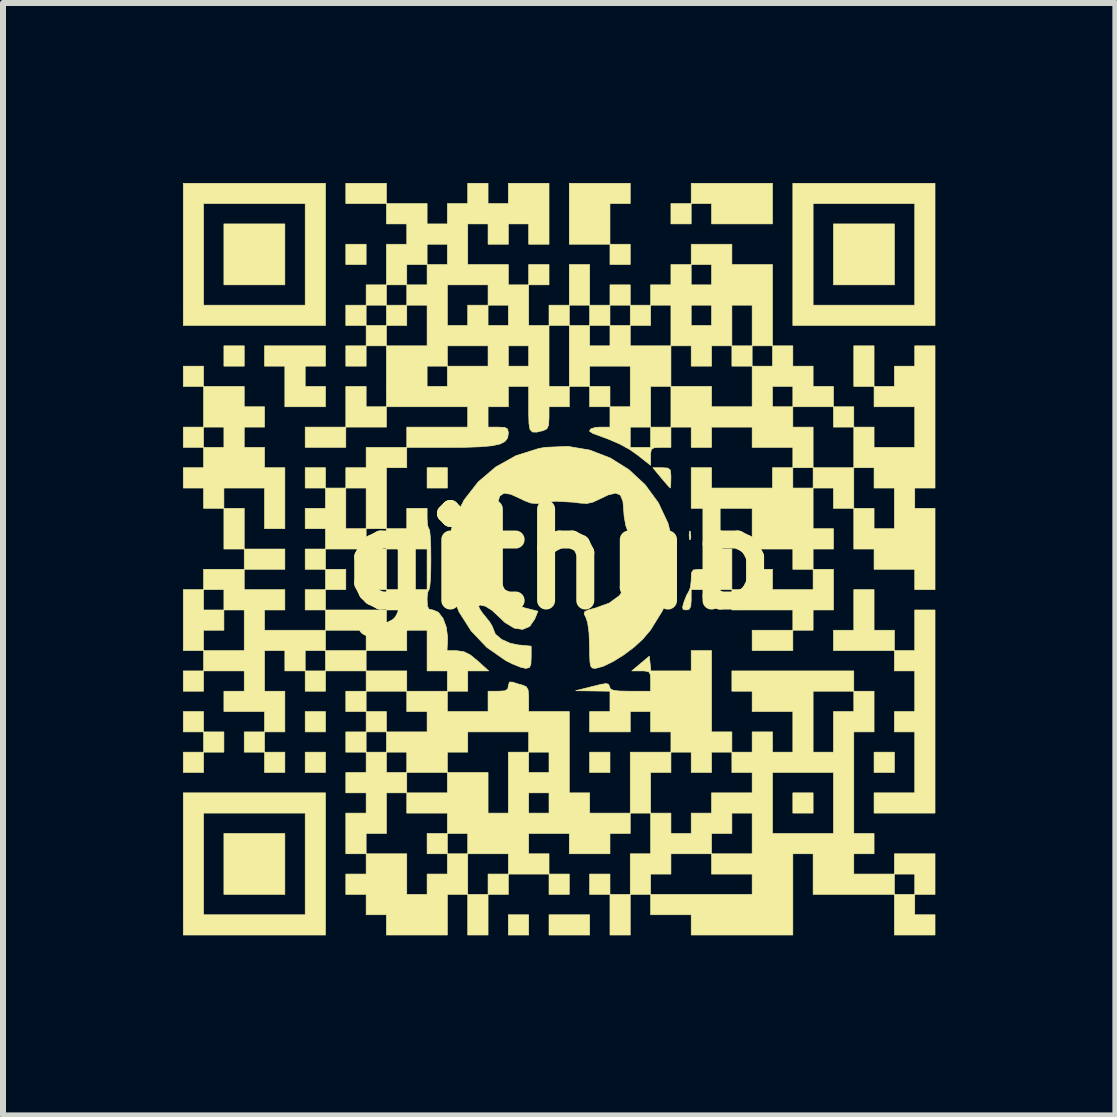
<source format=kicad_pcb>
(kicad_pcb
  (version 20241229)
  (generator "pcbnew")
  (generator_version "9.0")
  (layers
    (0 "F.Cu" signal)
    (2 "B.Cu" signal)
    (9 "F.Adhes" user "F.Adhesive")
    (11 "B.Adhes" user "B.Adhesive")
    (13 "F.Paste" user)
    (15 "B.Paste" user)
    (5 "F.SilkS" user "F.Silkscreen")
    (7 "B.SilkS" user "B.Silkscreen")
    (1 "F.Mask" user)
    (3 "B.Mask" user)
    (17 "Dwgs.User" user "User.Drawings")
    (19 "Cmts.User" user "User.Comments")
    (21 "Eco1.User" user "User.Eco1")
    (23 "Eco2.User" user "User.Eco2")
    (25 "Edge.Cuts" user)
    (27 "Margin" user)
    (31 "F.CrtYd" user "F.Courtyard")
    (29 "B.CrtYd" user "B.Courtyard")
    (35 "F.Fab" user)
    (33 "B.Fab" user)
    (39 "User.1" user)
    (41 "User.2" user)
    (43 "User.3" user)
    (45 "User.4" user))
  (footprint "github"
    (layer "F.Cu")
    (at 6.27 6.27)
    (property "Reference" "github" (at 0 0 0) (layer "F.SilkS") (effects (font (size 1.524 1.524) (thickness 0.3))))
    (attr through_hole)
    (fp_poly (pts (xy -5.927 -2.879) (xy -6.265 -2.879) (xy -6.265 -3.217) (xy -5.927 -3.217) (xy -5.927 -2.879)) (stroke (width 0.01) (type solid)) (fill yes) (layer "F.SilkS"))
    (fp_poly (pts (xy -5.927 2.201) (xy -6.265 2.201) (xy -6.265 1.863) (xy -5.927 1.863) (xy -5.927 2.201)) (stroke (width 0.01) (type solid)) (fill yes) (layer "F.SilkS"))
    (fp_poly (pts (xy -5.927 2.879) (xy -6.265 2.879) (xy -6.265 2.54) (xy -5.927 2.54) (xy -5.927 2.879)) (stroke (width 0.01) (type solid)) (fill yes) (layer "F.SilkS"))
    (fp_poly (pts (xy -5.927 3.556) (xy -6.265 3.556) (xy -6.265 3.217) (xy -5.927 3.217) (xy -5.927 3.556)) (stroke (width 0.01) (type solid)) (fill yes) (layer "F.SilkS"))
    (fp_poly (pts (xy -5.588 3.217) (xy -5.927 3.217) (xy -5.927 2.879) (xy -5.588 2.879) (xy -5.588 3.217)) (stroke (width 0.01) (type solid)) (fill yes) (layer "F.SilkS"))
    (fp_poly (pts (xy -5.249 -3.217) (xy -5.588 -3.217) (xy -5.588 -3.556) (xy -5.249 -3.556) (xy -5.249 -3.217)) (stroke (width 0.01) (type solid)) (fill yes) (layer "F.SilkS"))
    (fp_poly (pts (xy -5.249 -0.169) (xy -5.588 -0.169) (xy -5.588 -0.847) (xy -5.249 -0.847) (xy -5.249 -0.169)) (stroke (width 0.01) (type solid)) (fill yes) (layer "F.SilkS"))
    (fp_poly (pts (xy -4.911 3.217) (xy -5.249 3.217) (xy -5.249 2.879) (xy -4.911 2.879) (xy -4.911 3.217)) (stroke (width 0.01) (type solid)) (fill yes) (layer "F.SilkS"))
    (fp_poly (pts (xy -4.572 -4.572) (xy -5.588 -4.572) (xy -5.588 -5.588) (xy -4.572 -5.588) (xy -4.572 -4.572)) (stroke (width 0.01) (type solid)) (fill yes) (layer "F.SilkS"))
    (fp_poly (pts (xy -4.572 0.169) (xy -5.249 0.169) (xy -5.249 -0.169) (xy -4.572 -0.169) (xy -4.572 0.169)) (stroke (width 0.01) (type solid)) (fill yes) (layer "F.SilkS"))
    (fp_poly (pts (xy -4.572 3.556) (xy -4.911 3.556) (xy -4.911 3.217) (xy -4.572 3.217) (xy -4.572 3.556)) (stroke (width 0.01) (type solid)) (fill yes) (layer "F.SilkS"))
    (fp_poly (pts (xy -4.572 5.588) (xy -5.588 5.588) (xy -5.588 4.572) (xy -4.572 4.572) (xy -4.572 5.588)) (stroke (width 0.01) (type solid)) (fill yes) (layer "F.SilkS"))
    (fp_poly (pts (xy -3.895 -1.185) (xy -4.233 -1.185) (xy -4.233 -1.524) (xy -3.895 -1.524) (xy -3.895 -1.185)) (stroke (width 0.01) (type solid)) (fill yes) (layer "F.SilkS"))
    (fp_poly (pts (xy -3.895 2.879) (xy -4.233 2.879) (xy -4.233 2.54) (xy -3.895 2.54) (xy -3.895 2.879)) (stroke (width 0.01) (type solid)) (fill yes) (layer "F.SilkS"))
    (fp_poly (pts (xy -3.895 3.556) (xy -4.233 3.556) (xy -4.233 3.217) (xy -3.895 3.217) (xy -3.895 3.556)) (stroke (width 0.01) (type solid)) (fill yes) (layer "F.SilkS"))
    (fp_poly (pts (xy -3.556 -1.863) (xy -4.233 -1.863) (xy -4.233 -2.201) (xy -3.556 -2.201) (xy -3.556 -1.863)) (stroke (width 0.01) (type solid)) (fill yes) (layer "F.SilkS"))
    (fp_poly (pts (xy -3.217 -4.911) (xy -3.556 -4.911) (xy -3.556 -5.249) (xy -3.217 -5.249) (xy -3.217 -4.911)) (stroke (width 0.01) (type solid)) (fill yes) (layer "F.SilkS"))
    (fp_poly (pts (xy -3.217 -3.217) (xy -3.556 -3.217) (xy -3.556 -3.556) (xy -3.217 -3.556) (xy -3.217 -3.217)) (stroke (width 0.01) (type solid)) (fill yes) (layer "F.SilkS"))
    (fp_poly (pts (xy -2.879 -5.927) (xy -3.556 -5.927) (xy -3.556 -6.265) (xy -2.879 -6.265) (xy -2.879 -5.927)) (stroke (width 0.01) (type solid)) (fill yes) (layer "F.SilkS"))
    (fp_poly (pts (xy -2.879 0.508) (xy -3.217 0.508) (xy -3.217 -0.169) (xy -2.879 -0.169) (xy -2.879 0.508)) (stroke (width 0.01) (type solid)) (fill yes) (layer "F.SilkS"))
    (fp_poly (pts (xy -2.54 -3.895) (xy -2.879 -3.895) (xy -2.879 -4.233) (xy -2.54 -4.233) (xy -2.54 -3.895)) (stroke (width 0.01) (type solid)) (fill yes) (layer "F.SilkS"))
    (fp_poly (pts (xy -1.863 -1.185) (xy -2.201 -1.185) (xy -2.201 -1.524) (xy -1.863 -1.524) (xy -1.863 -1.185)) (stroke (width 0.01) (type solid)) (fill yes) (layer "F.SilkS"))
    (fp_poly (pts (xy -1.863 4.911) (xy -2.201 4.911) (xy -2.201 4.572) (xy -1.863 4.572) (xy -1.863 4.911)) (stroke (width 0.01) (type solid)) (fill yes) (layer "F.SilkS"))
    (fp_poly (pts (xy -0.508 6.265) (xy -0.847 6.265) (xy -0.847 5.927) (xy -0.508 5.927) (xy -0.508 6.265)) (stroke (width 0.01) (type solid)) (fill yes) (layer "F.SilkS"))
    (fp_poly (pts (xy -0.169 -4.572) (xy -0.508 -4.572) (xy -0.508 -4.911) (xy -0.169 -4.911) (xy -0.169 -4.572)) (stroke (width 0.01) (type solid)) (fill yes) (layer "F.SilkS"))
    (fp_poly (pts (xy 0.169 5.588) (xy -0.169 5.588) (xy -0.169 5.249) (xy 0.169 5.249) (xy 0.169 5.588)) (stroke (width 0.01) (type solid)) (fill yes) (layer "F.SilkS"))
    (fp_poly (pts (xy 0.508 6.265) (xy -0.169 6.265) (xy -0.169 5.927) (xy 0.508 5.927) (xy 0.508 6.265)) (stroke (width 0.01) (type solid)) (fill yes) (layer "F.SilkS"))
    (fp_poly (pts (xy 0.847 3.556) (xy 0.508 3.556) (xy 0.508 3.217) (xy 0.847 3.217) (xy 0.847 3.556)) (stroke (width 0.01) (type solid)) (fill yes) (layer "F.SilkS"))
    (fp_poly (pts (xy 0.847 5.588) (xy 0.508 5.588) (xy 0.508 5.249) (xy 0.847 5.249) (xy 0.847 5.588)) (stroke (width 0.01) (type solid)) (fill yes) (layer "F.SilkS"))
    (fp_poly (pts (xy 1.185 -4.911) (xy 0.847 -4.911) (xy 0.847 -5.249) (xy 1.185 -5.249) (xy 1.185 -4.911)) (stroke (width 0.01) (type solid)) (fill yes) (layer "F.SilkS"))
    (fp_poly (pts (xy 1.185 6.265) (xy 0.847 6.265) (xy 0.847 5.588) (xy 1.185 5.588) (xy 1.185 6.265)) (stroke (width 0.01) (type solid)) (fill yes) (layer "F.SilkS"))
    (fp_poly (pts (xy 2.201 -5.588) (xy 1.863 -5.588) (xy 1.863 -5.927) (xy 2.201 -5.927) (xy 2.201 -5.588)) (stroke (width 0.01) (type solid)) (fill yes) (layer "F.SilkS"))
    (fp_poly (pts (xy 3.217 -3.217) (xy 2.879 -3.217) (xy 2.879 -3.556) (xy 3.217 -3.556) (xy 3.217 -3.217)) (stroke (width 0.01) (type solid)) (fill yes) (layer "F.SilkS"))
    (fp_poly (pts (xy 3.895 1.524) (xy 3.217 1.524) (xy 3.217 1.185) (xy 3.895 1.185) (xy 3.895 1.524)) (stroke (width 0.01) (type solid)) (fill yes) (layer "F.SilkS"))
    (fp_poly (pts (xy 4.233 4.233) (xy 3.895 4.233) (xy 3.895 3.895) (xy 4.233 3.895) (xy 4.233 4.233)) (stroke (width 0.01) (type solid)) (fill yes) (layer "F.SilkS"))
    (fp_poly (pts (xy 5.249 -2.879) (xy 4.911 -2.879) (xy 4.911 -3.556) (xy 5.249 -3.556) (xy 5.249 -2.879)) (stroke (width 0.01) (type solid)) (fill yes) (layer "F.SilkS"))
    (fp_poly (pts (xy 5.588 -4.572) (xy 4.572 -4.572) (xy 4.572 -5.588) (xy 5.588 -5.588) (xy 5.588 -4.572)) (stroke (width 0.01) (type solid)) (fill yes) (layer "F.SilkS"))
    (fp_poly (pts (xy 5.588 3.556) (xy 5.249 3.556) (xy 5.249 3.217) (xy 5.588 3.217) (xy 5.588 3.556)) (stroke (width 0.01) (type solid)) (fill yes) (layer "F.SilkS"))
    (fp_poly (pts (xy -3.217 -2.54) (xy -2.879 -2.54) (xy -2.879 -2.201) (xy -3.556 -2.201) (xy -3.556 -2.879) (xy -3.217 -2.879) (xy -3.217 -2.54)) (stroke (width 0.01) (type solid)) (fill yes) (layer "F.SilkS"))
    (fp_poly (pts (xy 1.185 -5.927) (xy 0.847 -5.927) (xy 0.847 -5.249) (xy 0.169 -5.249) (xy 0.169 -6.265) (xy 1.185 -6.265) (xy 1.185 -5.927)) (stroke (width 0.01) (type solid)) (fill yes) (layer "F.SilkS"))
    (fp_poly (pts (xy 2.201 -6.265) (xy 3.556 -6.265) (xy 3.556 -5.588) (xy 2.54 -5.588) (xy 2.54 -5.927) (xy 2.201 -5.927) (xy 2.201 -6.265)) (stroke (width 0.01) (type solid)) (fill yes) (layer "F.SilkS"))
    (fp_poly (pts (xy 2.186 -0.462) (xy 2.188 -0.454) (xy 2.195 -0.362) (xy 2.187 -0.327) (xy 2.173 -0.326) (xy 2.167 -0.392) (xy 2.167 -0.402) (xy 2.173 -0.468) (xy 2.186 -0.462)) (stroke (width 0.01) (type solid)) (fill yes) (layer "F.SilkS"))
    (fp_poly (pts (xy 5.249 1.185) (xy 5.588 1.185) (xy 5.588 1.524) (xy 4.572 1.524) (xy 4.572 1.185) (xy 4.911 1.185) (xy 4.911 0.508) (xy 5.249 0.508) (xy 5.249 1.185)) (stroke (width 0.01) (type solid)) (fill yes) (layer "F.SilkS"))
    (fp_poly (pts (xy -3.895 -3.217) (xy -4.233 -3.217) (xy -4.233 -2.879) (xy -3.895 -2.879) (xy -3.895 -2.54) (xy -4.572 -2.54) (xy -4.572 -3.217) (xy -4.911 -3.217) (xy -4.911 -3.556) (xy -3.895 -3.556) (xy -3.895 -3.217)) (stroke (width 0.01) (type solid)) (fill yes) (layer "F.SilkS"))
    (fp_poly (pts (xy -3.895 -3.895) (xy -6.265 -3.895) (xy -6.265 -5.927) (xy -5.927 -5.927) (xy -5.927 -4.233) (xy -4.233 -4.233) (xy -4.233 -5.927) (xy -5.927 -5.927) (xy -6.265 -5.927) (xy -6.265 -6.265) (xy -3.895 -6.265) (xy -3.895 -3.895)) (stroke (width 0.01) (type solid)) (fill yes) (layer "F.SilkS"))
    (fp_poly (pts (xy -3.895 6.265) (xy -6.265 6.265) (xy -6.265 4.233) (xy -5.927 4.233) (xy -5.927 5.927) (xy -4.233 5.927) (xy -4.233 4.233) (xy -5.927 4.233) (xy -6.265 4.233) (xy -6.265 3.895) (xy -3.895 3.895) (xy -3.895 6.265)) (stroke (width 0.01) (type solid)) (fill yes) (layer "F.SilkS"))
    (fp_poly (pts (xy 6.265 -3.895) (xy 3.895 -3.895) (xy 3.895 -5.927) (xy 4.233 -5.927) (xy 4.233 -4.233) (xy 5.927 -4.233) (xy 5.927 -5.927) (xy 4.233 -5.927) (xy 3.895 -5.927) (xy 3.895 -6.265) (xy 6.265 -6.265) (xy 6.265 -3.895)) (stroke (width 0.01) (type solid)) (fill yes) (layer "F.SilkS"))
    (fp_poly (pts (xy 1.808 -1.519) (xy 1.851 -1.488) (xy 1.862 -1.406) (xy 1.863 -1.355) (xy 1.86 -1.249) (xy 1.854 -1.19) (xy 1.852 -1.186) (xy 1.822 -1.216) (xy 1.755 -1.292) (xy 1.702 -1.355) (xy 1.562 -1.524) (xy 1.712 -1.524) (xy 1.808 -1.519)) (stroke (width 0.01) (type solid)) (fill yes) (layer "F.SilkS"))
    (fp_poly (pts (xy 3.556 0.508) (xy 4.233 0.508) (xy 4.233 0.169) (xy 4.572 0.169) (xy 4.572 0.847) (xy 4.233 0.847) (xy 4.233 1.185) (xy 3.895 1.185) (xy 3.895 0.847) (xy 2.879 0.847) (xy 2.879 0.508) (xy 3.217 0.508) (xy 3.217 0.169) (xy 3.556 0.169) (xy 3.556 0.508)) (stroke (width 0.01) (type solid)) (fill yes) (layer "F.SilkS"))
    (fp_poly (pts (xy 6.265 4.233) (xy 5.249 4.233) (xy 5.249 3.895) (xy 5.927 3.895) (xy 5.927 2.879) (xy 5.588 2.879) (xy 5.588 2.54) (xy 5.927 2.54) (xy 5.927 1.863) (xy 5.588 1.863) (xy 5.588 1.524) (xy 5.927 1.524) (xy 5.927 0.847) (xy 6.265 0.847) (xy 6.265 4.233)) (stroke (width 0.01) (type solid)) (fill yes) (layer "F.SilkS"))
    (fp_poly (pts (xy 2.879 0.508) (xy 2.201 0.508) (xy 2.201 0.677) (xy 2.194 0.788) (xy 2.165 0.837) (xy 2.119 0.847) (xy 2.066 0.838) (xy 2.058 0.796) (xy 2.082 0.709) (xy 2.124 0.603) (xy 2.163 0.534) (xy 2.165 0.531) (xy 2.189 0.465) (xy 2.201 0.355) (xy 2.201 0.33) (xy 2.206 0.227) (xy 2.235 0.181) (xy 2.315 0.17) (xy 2.371 0.169) (xy 2.54 0.169) (xy 2.54 -0.169) (xy 2.879 -0.169) (xy 2.879 0.508)) (stroke (width 0.01) (type solid)) (fill yes) (layer "F.SilkS"))
    (fp_poly (pts (xy -5.249 -2.54) (xy -4.911 -2.54) (xy -4.911 -2.201) (xy -5.249 -2.201) (xy -5.249 -1.863) (xy -4.911 -1.863) (xy -4.911 -1.524) (xy -4.572 -1.524) (xy -4.572 -0.508) (xy -4.911 -0.508) (xy -4.911 -1.185) (xy -5.588 -1.185) (xy -5.588 -0.847) (xy -5.927 -0.847) (xy -5.927 -1.185) (xy -6.265 -1.185) (xy -6.265 -1.524) (xy -5.927 -1.524) (xy -5.927 -1.863) (xy -6.265 -1.863) (xy -6.265 -2.201) (xy -5.927 -2.201) (xy -5.927 -1.863) (xy -5.588 -1.863) (xy -5.588 -2.201) (xy -5.927 -2.201) (xy -5.927 -2.879) (xy -5.249 -2.879) (xy -5.249 -2.54)) (stroke (width 0.01) (type solid)) (fill yes) (layer "F.SilkS"))
    (fp_poly (pts (xy 0.511 -1.818) (xy 0.853 -1.686) (xy 1.164 -1.491) (xy 1.434 -1.24) (xy 1.654 -0.939) (xy 1.815 -0.597) (xy 1.902 -0.253) (xy 1.92 0.121) (xy 1.859 0.495) (xy 1.725 0.854) (xy 1.523 1.181) (xy 1.398 1.329) (xy 1.249 1.466) (xy 1.075 1.597) (xy 0.896 1.708) (xy 0.733 1.787) (xy 0.608 1.82) (xy 0.597 1.82) (xy 0.554 1.815) (xy 0.528 1.787) (xy 0.514 1.72) (xy 0.508 1.599) (xy 0.506 1.45) (xy 0.498 1.227) (xy 0.475 1.06) (xy 0.447 0.975) (xy 0.417 0.913) (xy 0.426 0.875) (xy 0.489 0.846) (xy 0.601 0.816) (xy 0.834 0.732) (xy 1.003 0.609) (xy 1.126 0.435) (xy 1.139 0.41) (xy 1.202 0.218) (xy 1.228 -0.004) (xy 1.217 -0.223) (xy 1.169 -0.405) (xy 1.155 -0.436) (xy 1.11 -0.562) (xy 1.082 -0.721) (xy 1.078 -0.785) (xy 1.063 -0.964) (xy 1.021 -1.067) (xy 0.942 -1.101) (xy 0.816 -1.07) (xy 0.678 -1.004) (xy 0.562 -0.95) (xy 0.462 -0.928) (xy 0.341 -0.935) (xy 0.251 -0.948) (xy -0.056 -0.966) (xy -0.222 -0.948) (xy -0.367 -0.927) (xy -0.473 -0.935) (xy -0.581 -0.976) (xy -0.634 -1.003) (xy -0.804 -1.081) (xy -0.919 -1.1) (xy -0.99 -1.052) (xy -1.026 -0.934) (xy -1.037 -0.785) (xy -1.056 -0.621) (xy -1.096 -0.462) (xy -1.114 -0.414) (xy -1.172 -0.204) (xy -1.183 0.039) (xy -1.146 0.276) (xy -1.097 0.41) (xy -0.977 0.592) (xy -0.812 0.721) (xy -0.586 0.809) (xy -0.562 0.815) (xy -0.354 0.868) (xy -0.408 1.001) (xy -0.492 1.122) (xy -0.61 1.171) (xy -0.75 1.149) (xy -0.904 1.056) (xy -1.003 0.961) (xy -1.119 0.853) (xy -1.229 0.784) (xy -1.314 0.765) (xy -1.342 0.778) (xy -1.331 0.82) (xy -1.276 0.902) (xy -1.233 0.953) (xy -1.154 1.053) (xy -1.107 1.135) (xy -1.101 1.158) (xy -1.062 1.251) (xy -0.96 1.337) (xy -0.816 1.402) (xy -0.679 1.43) (xy -0.466 1.45) (xy -0.466 1.635) (xy -0.471 1.751) (xy -0.494 1.805) (xy -0.547 1.819) (xy -0.561 1.82) (xy -0.648 1.799) (xy -0.776 1.747) (xy -0.889 1.691) (xy -1.204 1.472) (xy -1.466 1.197) (xy -1.669 0.878) (xy -1.808 0.527) (xy -1.875 0.157) (xy -1.865 -0.218) (xy -1.86 -0.253) (xy -1.759 -0.637) (xy -1.586 -0.984) (xy -1.35 -1.287) (xy -1.058 -1.536) (xy -0.72 -1.725) (xy -0.342 -1.844) (xy -0.23 -1.864) (xy 0.147 -1.88) (xy 0.511 -1.818)) (stroke (width 0.01) (type solid)) (fill yes) (layer "F.SilkS"))
    (fp_poly (pts (xy 1.185 4.911) (xy 1.524 4.911) (xy 1.524 4.233) (xy 1.185 4.233) (xy 1.185 3.556) (xy 1.524 3.556) (xy 1.524 4.233) (xy 1.863 4.233) (xy 1.863 4.572) (xy 2.201 4.572) (xy 2.54 4.572) (xy 2.54 4.911) (xy 3.217 4.911) (xy 3.217 4.233) (xy 2.879 4.233) (xy 2.879 4.572) (xy 2.54 4.572) (xy 2.201 4.572) (xy 2.201 4.233) (xy 2.54 4.233) (xy 2.54 3.895) (xy 3.217 3.895) (xy 3.217 3.556) (xy 3.556 3.556) (xy 3.556 4.572) (xy 4.572 4.572) (xy 4.572 3.556) (xy 3.556 3.556) (xy 3.217 3.556) (xy 2.879 3.556) (xy 2.879 3.217) (xy 2.54 3.217) (xy 2.54 3.556) (xy 2.201 3.556) (xy 2.201 3.217) (xy 1.863 3.217) (xy 1.863 3.556) (xy 1.524 3.556) (xy 1.185 3.556) (xy 1.185 3.217) (xy 1.863 3.217) (xy 1.863 2.879) (xy 1.524 2.879) (xy 1.524 2.54) (xy 1.185 2.54) (xy 1.185 2.879) (xy 0.508 2.879) (xy 0.508 2.54) (xy 0.847 2.54) (xy 0.847 2.201) (xy 0.561 2.197) (xy 0.275 2.193) (xy 0.55 2.123) (xy 0.697 2.087) (xy 0.781 2.074) (xy 0.821 2.084) (xy 0.837 2.116) (xy 0.839 2.127) (xy 0.858 2.165) (xy 0.908 2.187) (xy 1.006 2.198) (xy 1.171 2.201) (xy 1.188 2.201) (xy 1.524 2.201) (xy 1.524 2.032) (xy 1.52 1.924) (xy 1.492 1.875) (xy 1.417 1.863) (xy 1.367 1.863) (xy 1.21 1.863) (xy 1.356 1.74) (xy 1.503 1.617) (xy 1.516 1.74) (xy 1.529 1.863) (xy 2.201 1.863) (xy 2.201 1.524) (xy 2.54 1.524) (xy 2.54 2.879) (xy 2.879 2.879) (xy 2.879 3.217) (xy 3.217 3.217) (xy 3.217 2.879) (xy 3.556 2.879) (xy 3.556 3.217) (xy 3.895 3.217) (xy 3.895 2.54) (xy 3.217 2.54) (xy 3.217 2.201) (xy 4.233 2.201) (xy 4.233 3.217) (xy 4.572 3.217) (xy 4.572 2.54) (xy 4.911 2.54) (xy 4.911 2.201) (xy 4.233 2.201) (xy 3.217 2.201) (xy 2.879 2.201) (xy 2.879 1.863) (xy 4.911 1.863) (xy 4.911 2.201) (xy 5.249 2.201) (xy 5.249 2.879) (xy 4.911 2.879) (xy 4.911 4.572) (xy 5.249 4.572) (xy 5.249 4.911) (xy 4.911 4.911) (xy 4.911 5.249) (xy 5.588 5.249) (xy 5.588 5.588) (xy 5.927 5.588) (xy 5.927 5.249) (xy 5.588 5.249) (xy 5.588 4.911) (xy 6.265 4.911) (xy 6.265 5.588) (xy 5.927 5.588) (xy 5.927 5.927) (xy 6.265 5.927) (xy 6.265 6.265) (xy 5.588 6.265) (xy 5.588 5.588) (xy 4.233 5.588) (xy 4.233 4.911) (xy 3.895 4.911) (xy 3.895 6.265) (xy 2.201 6.265) (xy 2.201 5.927) (xy 1.524 5.927) (xy 1.524 5.588) (xy 1.185 5.588) (xy 1.185 5.249) (xy 1.524 5.249) (xy 1.524 5.588) (xy 3.217 5.588) (xy 3.217 5.249) (xy 2.54 5.249) (xy 2.54 4.911) (xy 1.863 4.911) (xy 1.863 5.249) (xy 1.524 5.249) (xy 1.185 5.249) (xy 1.185 4.911)) (stroke (width 0.01) (type solid)) (fill yes) (layer "F.SilkS"))
    (fp_poly (pts (xy -5.927 1.524) (xy -6.265 1.524) (xy -6.265 1.185) (xy -5.927 1.185) (xy -5.927 1.524) (xy -5.249 1.524) (xy -5.249 0.847) (xy -5.588 0.847) (xy -5.588 1.185) (xy -5.927 1.185) (xy -6.265 1.185) (xy -6.265 0.508) (xy -5.927 0.508) (xy -5.927 0.847) (xy -5.588 0.847) (xy -5.588 0.508) (xy -5.927 0.508) (xy -5.927 0.169) (xy -5.249 0.169) (xy -5.249 0.508) (xy -4.572 0.508) (xy -4.572 0.847) (xy -4.911 0.847) (xy -4.911 1.185) (xy -3.895 1.185) (xy -3.895 1.524) (xy -3.217 1.524) (xy -3.217 1.863) (xy -2.54 1.863) (xy -2.54 2.201) (xy -1.863 2.201) (xy -1.863 1.863) (xy -2.201 1.863) (xy -2.201 1.185) (xy -2.54 1.185) (xy -2.54 1.524) (xy -3.217 1.524) (xy -3.217 1.185) (xy -3.895 1.185) (xy -3.895 0.847) (xy -4.233 0.847) (xy -4.233 0.508) (xy -3.895 0.508) (xy -3.895 0.169) (xy -4.233 0.169) (xy -4.233 -0.169) (xy -3.895 -0.169) (xy -3.895 0.169) (xy -3.556 0.169) (xy -3.556 0.508) (xy -3.895 0.508) (xy -3.895 0.847) (xy -2.879 0.847) (xy -2.879 1.185) (xy -2.54 1.185) (xy -2.54 0.847) (xy -2.879 0.847) (xy -2.879 0.508) (xy -2.201 0.508) (xy -2.201 -0.169) (xy -2.879 -0.169) (xy -2.879 -0.508) (xy -3.217 -0.508) (xy -3.217 -0.169) (xy -3.895 -0.169) (xy -3.895 -0.508) (xy -4.233 -0.508) (xy -4.233 -0.847) (xy -3.895 -0.847) (xy -3.895 -1.185) (xy -3.556 -1.185) (xy -3.556 -0.508) (xy -3.217 -0.508) (xy -3.217 -1.185) (xy -3.556 -1.185) (xy -3.556 -1.524) (xy -3.217 -1.524) (xy -3.217 -1.863) (xy -2.54 -1.863) (xy -2.54 -1.524) (xy -2.879 -1.524) (xy -2.879 -0.508) (xy -2.54 -0.508) (xy -2.54 -0.847) (xy -2.201 -0.847) (xy -2.201 -0.677) (xy -2.194 -0.571) (xy -2.177 -0.512) (xy -2.17 -0.508) (xy -2.157 -0.468) (xy -2.147 -0.36) (xy -2.14 -0.201) (xy -2.138 -0.005) (xy -2.138 -0.00002) (xy -2.14 0.196) (xy -2.147 0.357) (xy -2.157 0.466) (xy -2.169 0.508) (xy -2.17 0.508) (xy -2.189 0.546) (xy -2.201 0.639) (xy -2.201 0.677) (xy -2.195 0.787) (xy -2.168 0.835) (xy -2.105 0.847) (xy -2.103 0.847) (xy -2.013 0.886) (xy -1.935 0.988) (xy -1.881 1.134) (xy -1.859 1.302) (xy -1.86 1.344) (xy -1.869 1.524) (xy -1.707 1.526) (xy -1.59 1.542) (xy -1.481 1.596) (xy -1.36 1.695) (xy -1.174 1.863) (xy -1.524 1.863) (xy -1.524 2.201) (xy -1.863 2.201) (xy -1.863 2.54) (xy -1.185 2.54) (xy -1.185 2.201) (xy -1.016 2.201) (xy -0.906 2.195) (xy -0.857 2.166) (xy -0.847 2.112) (xy -0.829 2.048) (xy -0.779 2.049) (xy -0.684 2.08) (xy -0.61 2.1) (xy -0.548 2.126) (xy -0.518 2.178) (xy -0.508 2.282) (xy -0.508 2.333) (xy -0.508 2.54) (xy 0.169 2.54) (xy 0.169 3.895) (xy 0.508 3.895) (xy 0.508 4.233) (xy 1.185 4.233) (xy 1.185 4.572) (xy 0.847 4.572) (xy 0.847 4.911) (xy 0.169 4.911) (xy 0.169 4.572) (xy -0.508 4.572) (xy -0.508 4.911) (xy -0.169 4.911) (xy -0.169 5.249) (xy -0.847 5.249) (xy -0.847 5.588) (xy -1.185 5.588) (xy -1.185 6.265) (xy -1.524 6.265) (xy -1.524 5.588) (xy -1.863 5.588) (xy -1.863 6.265) (xy -2.879 6.265) (xy -2.879 5.927) (xy -3.217 5.927) (xy -3.217 5.588) (xy -3.556 5.588) (xy -3.556 5.249) (xy -3.217 5.249) (xy -3.217 4.911) (xy -3.556 4.911) (xy -3.556 4.572) (xy -3.217 4.572) (xy -3.217 4.911) (xy -2.54 4.911) (xy -2.54 5.588) (xy -2.201 5.588) (xy -2.201 5.249) (xy -1.863 5.249) (xy -1.863 4.911) (xy -1.524 4.911) (xy -1.524 5.588) (xy -1.185 5.588) (xy -1.185 5.249) (xy -0.847 5.249) (xy -0.847 4.911) (xy -1.524 4.911) (xy -1.524 4.572) (xy -1.863 4.572) (xy -1.863 4.233) (xy -2.54 4.233) (xy -2.54 3.895) (xy -2.879 3.895) (xy -2.879 4.572) (xy -3.217 4.572) (xy -3.556 4.572) (xy -3.556 4.233) (xy -3.217 4.233) (xy -3.217 3.895) (xy -3.556 3.895) (xy -3.556 3.556) (xy -3.217 3.556) (xy -3.217 3.217) (xy -3.556 3.217) (xy -3.556 2.879) (xy -3.217 2.879) (xy -3.217 3.217) (xy -2.879 3.217) (xy -2.879 3.556) (xy -2.54 3.556) (xy -2.54 3.895) (xy -1.863 3.895) (xy -1.863 3.556) (xy -2.54 3.556) (xy -2.54 3.217) (xy -1.863 3.217) (xy -1.863 3.556) (xy -1.185 3.556) (xy -1.185 4.233) (xy -0.847 4.233) (xy -0.847 3.895) (xy -0.508 3.895) (xy -0.508 4.233) (xy -0.169 4.233) (xy -0.169 3.895) (xy -0.508 3.895) (xy -0.847 3.895) (xy -0.847 3.217) (xy -0.508 3.217) (xy -0.508 3.556) (xy -0.169 3.556) (xy -0.169 3.217) (xy -0.508 3.217) (xy -0.508 2.879) (xy -1.524 2.879) (xy -1.524 3.217) (xy -1.863 3.217) (xy -2.54 3.217) (xy -2.879 3.217) (xy -2.879 2.879) (xy -3.217 2.879) (xy -3.217 2.54) (xy -3.556 2.54) (xy -3.556 2.201) (xy -3.217 2.201) (xy -3.217 2.54) (xy -2.879 2.54) (xy -2.879 2.879) (xy -2.201 2.879) (xy -2.201 2.54) (xy -2.54 2.54) (xy -2.54 2.201) (xy -3.217 2.201) (xy -3.217 1.863) (xy -3.895 1.863) (xy -3.895 2.201) (xy -4.233 2.201) (xy -4.233 1.863) (xy -4.572 1.863) (xy -4.572 1.524) (xy -4.233 1.524) (xy -4.233 1.863) (xy -3.895 1.863) (xy -3.895 1.524) (xy -4.233 1.524) (xy -4.572 1.524) (xy -4.911 1.524) (xy -4.911 2.201) (xy -4.572 2.201) (xy -4.572 2.879) (xy -4.911 2.879) (xy -4.911 2.54) (xy -5.588 2.54) (xy -5.588 2.201) (xy -5.249 2.201) (xy -5.249 1.863) (xy -5.927 1.863) (xy -5.927 1.524)) (stroke (width 0.01) (type solid)) (fill yes) (layer "F.SilkS"))
    (fp_poly (pts (xy 0.169 -2.879) (xy 0.169 -2.54) (xy -0.169 -2.54) (xy -0.169 -2.354) (xy -0.176 -2.234) (xy -0.205 -2.172) (xy -0.265 -2.143) (xy -0.375 -2.117) (xy -0.446 -2.119) (xy -0.486 -2.162) (xy -0.503 -2.259) (xy -0.508 -2.423) (xy -0.508 -2.498) (xy -0.508 -2.879) (xy -0.847 -2.879) (xy -0.847 -2.54) (xy -1.185 -2.54) (xy -1.185 -2.201) (xy -1.016 -2.201) (xy -0.907 -2.196) (xy -0.858 -2.168) (xy -0.847 -2.105) (xy -0.847 -2.097) (xy -0.859 -2.02) (xy -0.902 -1.962) (xy -0.986 -1.919) (xy -1.119 -1.89) (xy -1.311 -1.873) (xy -1.571 -1.864) (xy -1.818 -1.863) (xy -2.54 -1.863) (xy -2.54 -2.201) (xy -1.524 -2.201) (xy -1.524 -2.54) (xy -2.879 -2.54) (xy -2.879 -3.217) (xy -2.201 -3.217) (xy -2.201 -2.879) (xy -1.863 -2.879) (xy -1.863 -3.217) (xy -2.201 -3.217) (xy -2.879 -3.217) (xy -2.879 -3.556) (xy -3.217 -3.556) (xy -3.217 -3.895) (xy -3.556 -3.895) (xy -3.556 -4.233) (xy -3.217 -4.233) (xy -3.217 -3.895) (xy -2.879 -3.895) (xy -2.879 -3.556) (xy -2.201 -3.556) (xy -1.863 -3.556) (xy -1.863 -3.217) (xy -1.185 -3.217) (xy -1.185 -3.556) (xy -0.847 -3.556) (xy -0.847 -3.217) (xy -0.508 -3.217) (xy -0.508 -3.556) (xy -0.847 -3.556) (xy -1.185 -3.556) (xy -1.863 -3.556) (xy -2.201 -3.556) (xy -2.201 -4.233) (xy -2.54 -4.233) (xy -2.54 -4.572) (xy -2.879 -4.572) (xy -2.879 -4.233) (xy -3.217 -4.233) (xy -3.217 -4.572) (xy -2.879 -4.572) (xy -2.879 -4.911) (xy -2.54 -4.911) (xy -2.54 -4.572) (xy -2.201 -4.572) (xy -1.863 -4.572) (xy -1.863 -3.895) (xy -1.524 -3.895) (xy -1.524 -4.233) (xy -1.185 -4.233) (xy -1.185 -3.895) (xy -0.847 -3.895) (xy -0.847 -4.233) (xy -1.185 -4.233) (xy -1.185 -4.572) (xy -1.863 -4.572) (xy -2.201 -4.572) (xy -2.201 -4.911) (xy -2.54 -4.911) (xy -2.879 -4.911) (xy -2.879 -5.249) (xy -2.54 -5.249) (xy -2.201 -5.249) (xy -2.201 -4.911) (xy -1.863 -4.911) (xy -1.863 -5.249) (xy -2.201 -5.249) (xy -2.54 -5.249) (xy -2.54 -5.588) (xy -2.879 -5.588) (xy -2.879 -5.927) (xy -2.201 -5.927) (xy -2.201 -5.588) (xy -1.863 -5.588) (xy -1.863 -5.927) (xy -1.524 -5.927) (xy -1.524 -6.265) (xy -1.185 -6.265) (xy -1.185 -5.927) (xy -0.847 -5.927) (xy -0.847 -6.265) (xy -0.169 -6.265) (xy -0.169 -5.249) (xy -0.508 -5.249) (xy -0.508 -5.588) (xy -0.847 -5.588) (xy -0.847 -5.249) (xy -1.185 -5.249) (xy -1.185 -5.588) (xy -1.524 -5.588) (xy -1.524 -4.911) (xy -0.847 -4.911) (xy -0.847 -4.572) (xy -0.508 -4.572) (xy -0.508 -3.895) (xy -0.169 -3.895) (xy -0.169 -2.879) (xy 0.169 -2.879) (xy 0.169 -3.217) (xy 0.508 -3.217) (xy 0.508 -2.879) (xy 0.847 -2.879) (xy 0.847 -2.54) (xy 1.185 -2.54) (xy 1.185 -2.879) (xy 1.524 -2.879) (xy 1.524 -2.201) (xy 1.863 -2.201) (xy 1.863 -2.879) (xy 1.524 -2.879) (xy 1.185 -2.879) (xy 1.185 -3.217) (xy 0.508 -3.217) (xy 0.169 -3.217) (xy 0.169 -3.895) (xy -0.169 -3.895) (xy -0.169 -4.233) (xy 0.169 -4.233) (xy 0.169 -3.895) (xy 0.508 -3.895) (xy 0.508 -3.556) (xy 0.847 -3.556) (xy 0.847 -3.895) (xy 0.508 -3.895) (xy 0.508 -4.233) (xy 0.169 -4.233) (xy 0.169 -4.911) (xy 0.508 -4.911) (xy 0.508 -4.233) (xy 0.847 -4.233) (xy 0.847 -3.895) (xy 1.185 -3.895) (xy 1.185 -3.556) (xy 1.863 -3.556) (xy 1.863 -2.879) (xy 2.54 -2.879) (xy 2.54 -2.54) (xy 3.217 -2.54) (xy 3.217 -2.879) (xy 3.556 -2.879) (xy 3.556 -2.54) (xy 3.895 -2.54) (xy 3.895 -2.201) (xy 4.233 -2.201) (xy 4.233 -1.524) (xy 4.911 -1.524) (xy 4.911 -0.847) (xy 5.249 -0.847) (xy 5.249 -0.508) (xy 5.588 -0.508) (xy 5.588 -1.185) (xy 5.249 -1.185) (xy 5.249 -1.524) (xy 4.911 -1.524) (xy 4.911 -2.201) (xy 4.572 -2.201) (xy 4.572 -2.54) (xy 3.895 -2.54) (xy 3.895 -2.879) (xy 3.556 -2.879) (xy 3.217 -2.879) (xy 3.217 -3.217) (xy 3.556 -3.217) (xy 3.556 -3.556) (xy 3.217 -3.556) (xy 3.217 -4.233) (xy 2.879 -4.233) (xy 2.879 -3.556) (xy 2.54 -3.556) (xy 2.54 -3.217) (xy 2.201 -3.217) (xy 2.201 -3.556) (xy 1.863 -3.556) (xy 1.863 -4.233) (xy 2.201 -4.233) (xy 2.201 -3.895) (xy 2.54 -3.895) (xy 2.54 -4.233) (xy 2.201 -4.233) (xy 1.863 -4.233) (xy 1.524 -4.233) (xy 1.524 -3.895) (xy 1.185 -3.895) (xy 1.185 -4.233) (xy 0.847 -4.233) (xy 0.847 -4.572) (xy 1.185 -4.572) (xy 1.185 -4.233) (xy 1.524 -4.233) (xy 1.524 -4.572) (xy 1.863 -4.572) (xy 1.863 -4.911) (xy 2.201 -4.911) (xy 2.201 -4.572) (xy 2.54 -4.572) (xy 2.54 -4.911) (xy 2.201 -4.911) (xy 2.201 -5.249) (xy 2.879 -5.249) (xy 2.879 -4.911) (xy 3.556 -4.911) (xy 3.556 -3.556) (xy 3.895 -3.556) (xy 3.895 -3.217) (xy 4.233 -3.217) (xy 4.233 -2.879) (xy 4.572 -2.879) (xy 4.572 -2.54) (xy 4.911 -2.54) (xy 4.911 -2.201) (xy 5.249 -2.201) (xy 5.249 -1.863) (xy 5.927 -1.863) (xy 5.927 -2.54) (xy 5.249 -2.54) (xy 5.249 -2.879) (xy 5.588 -2.879) (xy 5.588 -3.217) (xy 5.927 -3.217) (xy 5.927 -3.556) (xy 6.265 -3.556) (xy 6.265 -1.185) (xy 5.927 -1.185) (xy 5.927 -0.847) (xy 6.265 -0.847) (xy 6.265 0.508) (xy 5.927 0.508) (xy 5.927 0.169) (xy 5.249 0.169) (xy 5.249 -0.169) (xy 4.911 -0.169) (xy 4.911 -0.847) (xy 4.572 -0.847) (xy 4.572 -1.185) (xy 4.233 -1.185) (xy 4.233 -0.508) (xy 4.572 -0.508) (xy 4.572 -0.169) (xy 4.233 -0.169) (xy 4.233 0.169) (xy 3.895 0.169) (xy 3.895 -0.169) (xy 3.217 -0.169) (xy 3.217 -0.847) (xy 2.201 -0.847) (xy 2.201 -1.524) (xy 2.54 -1.524) (xy 2.54 -1.185) (xy 3.556 -1.185) (xy 3.556 -1.524) (xy 3.895 -1.524) (xy 3.895 -1.185) (xy 4.233 -1.185) (xy 4.233 -1.524) (xy 3.895 -1.524) (xy 3.895 -1.863) (xy 3.217 -1.863) (xy 3.217 -2.201) (xy 2.54 -2.201) (xy 2.54 -1.863) (xy 2.201 -1.863) (xy 2.201 -2.201) (xy 1.863 -2.201) (xy 1.863 -1.863) (xy 1.693 -1.863) (xy 1.585 -1.858) (xy 1.537 -1.83) (xy 1.524 -1.758) (xy 1.524 -1.714) (xy 1.524 -1.564) (xy 1.312 -1.732) (xy 1.176 -1.828) (xy 1.018 -1.915) (xy 0.82 -2.001) (xy 0.561 -2.096) (xy 0.506 -2.132) (xy 0.523 -2.169) (xy 0.6 -2.195) (xy 0.677 -2.201) (xy 0.847 -2.201) (xy 1.185 -2.201) (xy 1.185 -1.863) (xy 1.524 -1.863) (xy 1.524 -2.201) (xy 1.185 -2.201) (xy 0.847 -2.201) (xy 0.847 -2.54) (xy 0.508 -2.54) (xy 0.508 -2.879) (xy 0.169 -2.879)) (stroke (width 0.01) (type solid)) (fill yes) (layer "F.SilkS")))
  (gr_rect
    (start -3 -3)
    (end 15.541 15.541)
    (stroke (width 0.1) (type default))
    (fill no)
    (layer "Edge.Cuts")))
</source>
